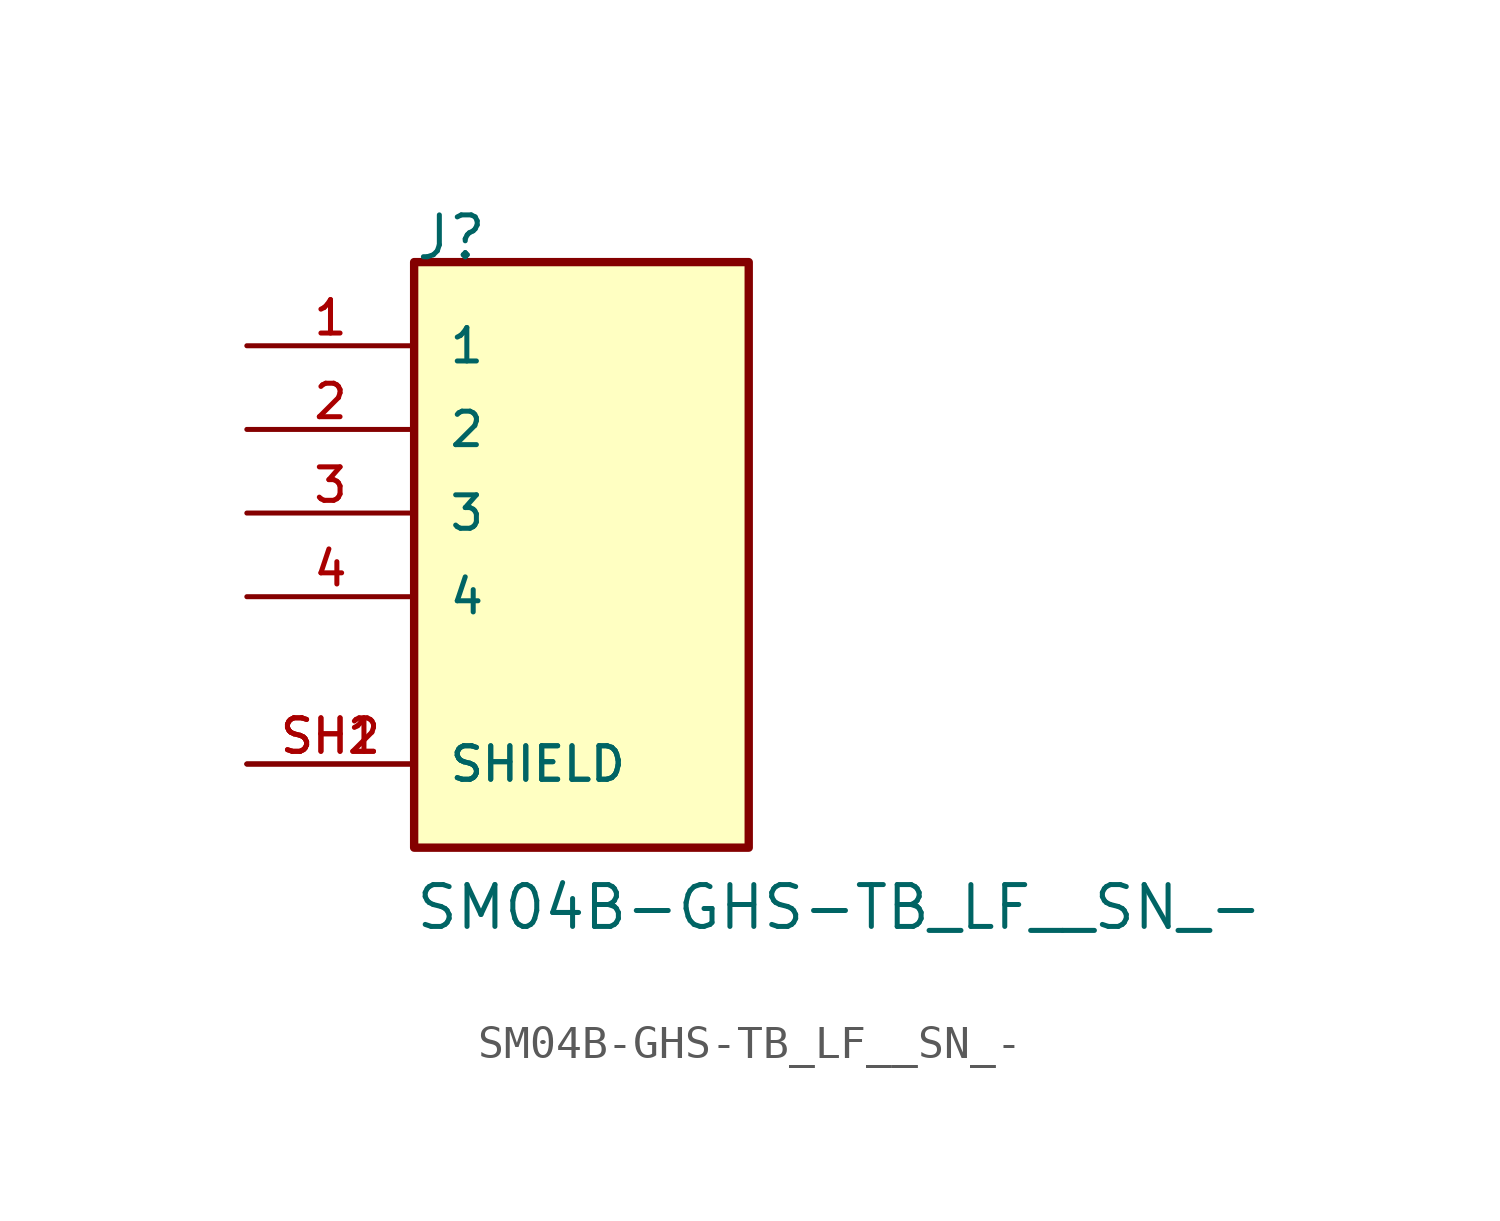
<source format=kicad_sym>
(kicad_symbol_lib
  (version 20211014)
  (generator kicad_symbol_editor)
  (symbol "SM04B-GHS-TB_LF__SN_-"
    (pin_names
      (offset 1.016))
    (property "Reference" "J"
      (at -5.08 7.62 0)
      (effects (font (size 1.27 1.27)) (justify bottom left)))
    (property "Value" "SM04B-GHS-TB_LF__SN_-"
      (at -5.086 -12.715 0)
      (effects (font (size 1.27 1.27)) (justify bottom left)))
    (symbol "SM04B-GHS-TB_LF__SN_-_0_0"
      (rectangle (start -5.08 -10.16) (end 5.08 7.62) (stroke (width 0.254)) (fill (type background)))
      (pin passive line (at -10.16 5.08 0) (length 5.08) (name "1" (effects (font (size 1.016 1.016)))) (number "1" (effects (font (size 1.016 1.016)))))
      (pin passive line (at -10.16 2.54 0) (length 5.08) (name "2" (effects (font (size 1.016 1.016)))) (number "2" (effects (font (size 1.016 1.016)))))
      (pin passive line (at -10.16 0.0 0) (length 5.08) (name "3" (effects (font (size 1.016 1.016)))) (number "3" (effects (font (size 1.016 1.016)))))
      (pin passive line (at -10.16 -2.54 0) (length 5.08) (name "4" (effects (font (size 1.016 1.016)))) (number "4" (effects (font (size 1.016 1.016)))))
      (pin power_in line (at -10.16 -7.62 0) (length 5.08) (name "SHIELD" (effects (font (size 1.016 1.016)))) (number "SH1" (effects (font (size 1.016 1.016)))))
      (pin power_in line (at -10.16 -7.62 0) (length 5.08) (name "SHIELD" (effects (font (size 1.016 1.016)))) (number "SH2" (effects (font (size 1.016 1.016))))))))
</source>
